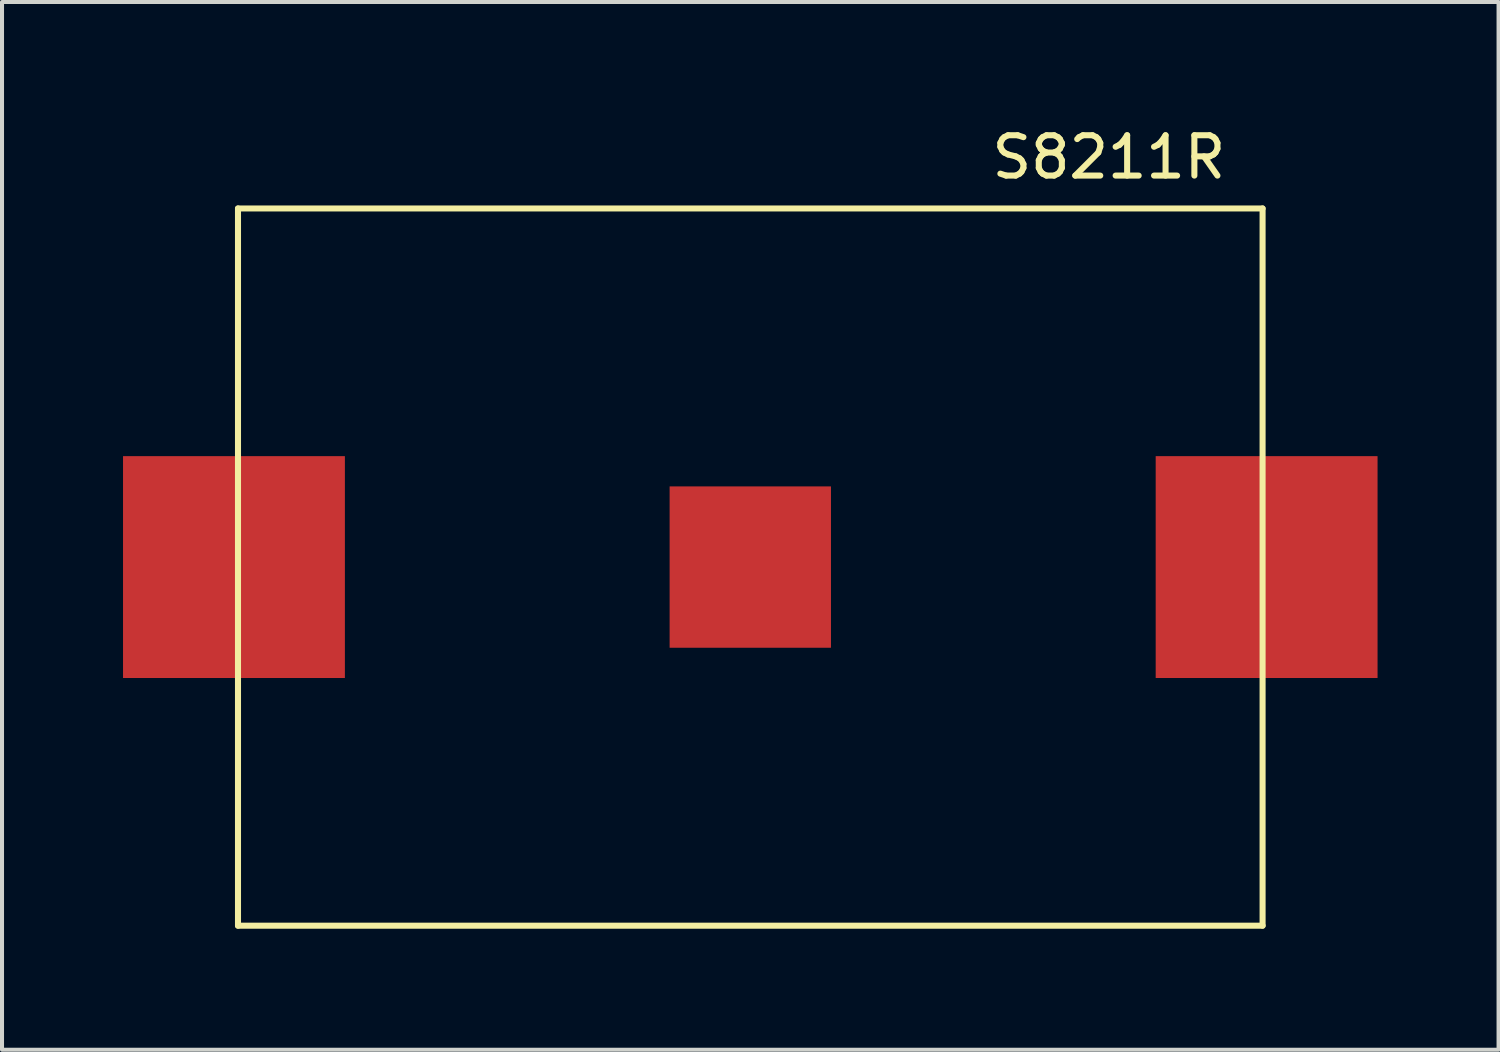
<source format=kicad_pcb>
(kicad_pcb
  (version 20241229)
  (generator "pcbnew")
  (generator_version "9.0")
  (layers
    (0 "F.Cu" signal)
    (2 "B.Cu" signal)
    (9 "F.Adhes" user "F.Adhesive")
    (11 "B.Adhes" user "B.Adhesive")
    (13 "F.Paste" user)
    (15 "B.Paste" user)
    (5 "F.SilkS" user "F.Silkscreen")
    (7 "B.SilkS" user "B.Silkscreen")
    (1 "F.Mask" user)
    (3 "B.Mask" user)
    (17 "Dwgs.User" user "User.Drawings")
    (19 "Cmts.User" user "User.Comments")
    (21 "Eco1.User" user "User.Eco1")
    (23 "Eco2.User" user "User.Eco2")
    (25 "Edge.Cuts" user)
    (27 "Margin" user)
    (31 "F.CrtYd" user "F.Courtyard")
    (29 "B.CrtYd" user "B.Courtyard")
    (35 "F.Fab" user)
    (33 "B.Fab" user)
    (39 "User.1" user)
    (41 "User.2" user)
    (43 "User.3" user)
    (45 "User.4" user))
  (footprint "S8211R"
    (layer "F.Cu")
    (at 15.55 11.008)
    (property "Reference" "S8211R" (at 8.89 -10.16 0) (layer "F.SilkS") (effects (font (size 1 1) (thickness 0.15))))
    (attr through_hole)
    (fp_line (start -12.7 -8.89) (end 12.7 -8.89) (stroke (width 0.15) (type solid)) (layer "F.SilkS"))
    (fp_line (start -12.7 8.89) (end -12.7 -8.89) (stroke (width 0.15) (type solid)) (layer "F.SilkS"))
    (fp_line (start 12.7 -8.89) (end 12.7 8.89) (stroke (width 0.15) (type solid)) (layer "F.SilkS"))
    (fp_line (start 12.7 8.89) (end -12.7 8.89) (stroke (width 0.15) (type solid)) (layer "F.SilkS"))
    (pad "1" smd rect (at -12.8 0) (size 5.5 5.5) (layers "F.Cu" "F.Mask" "F.Paste"))
    (pad "1" smd rect (at 12.8 0) (size 5.5 5.5) (layers "F.Cu" "F.Mask" "F.Paste"))
    (pad "2" smd rect (at 0 0) (size 4 4) (layers "F.Cu" "F.Mask" "F.Paste")))
  (gr_rect
    (start -3 -3)
    (end 34.1 22.973)
    (stroke (width 0.1) (type default))
    (fill no)
    (layer "Edge.Cuts")))
</source>
